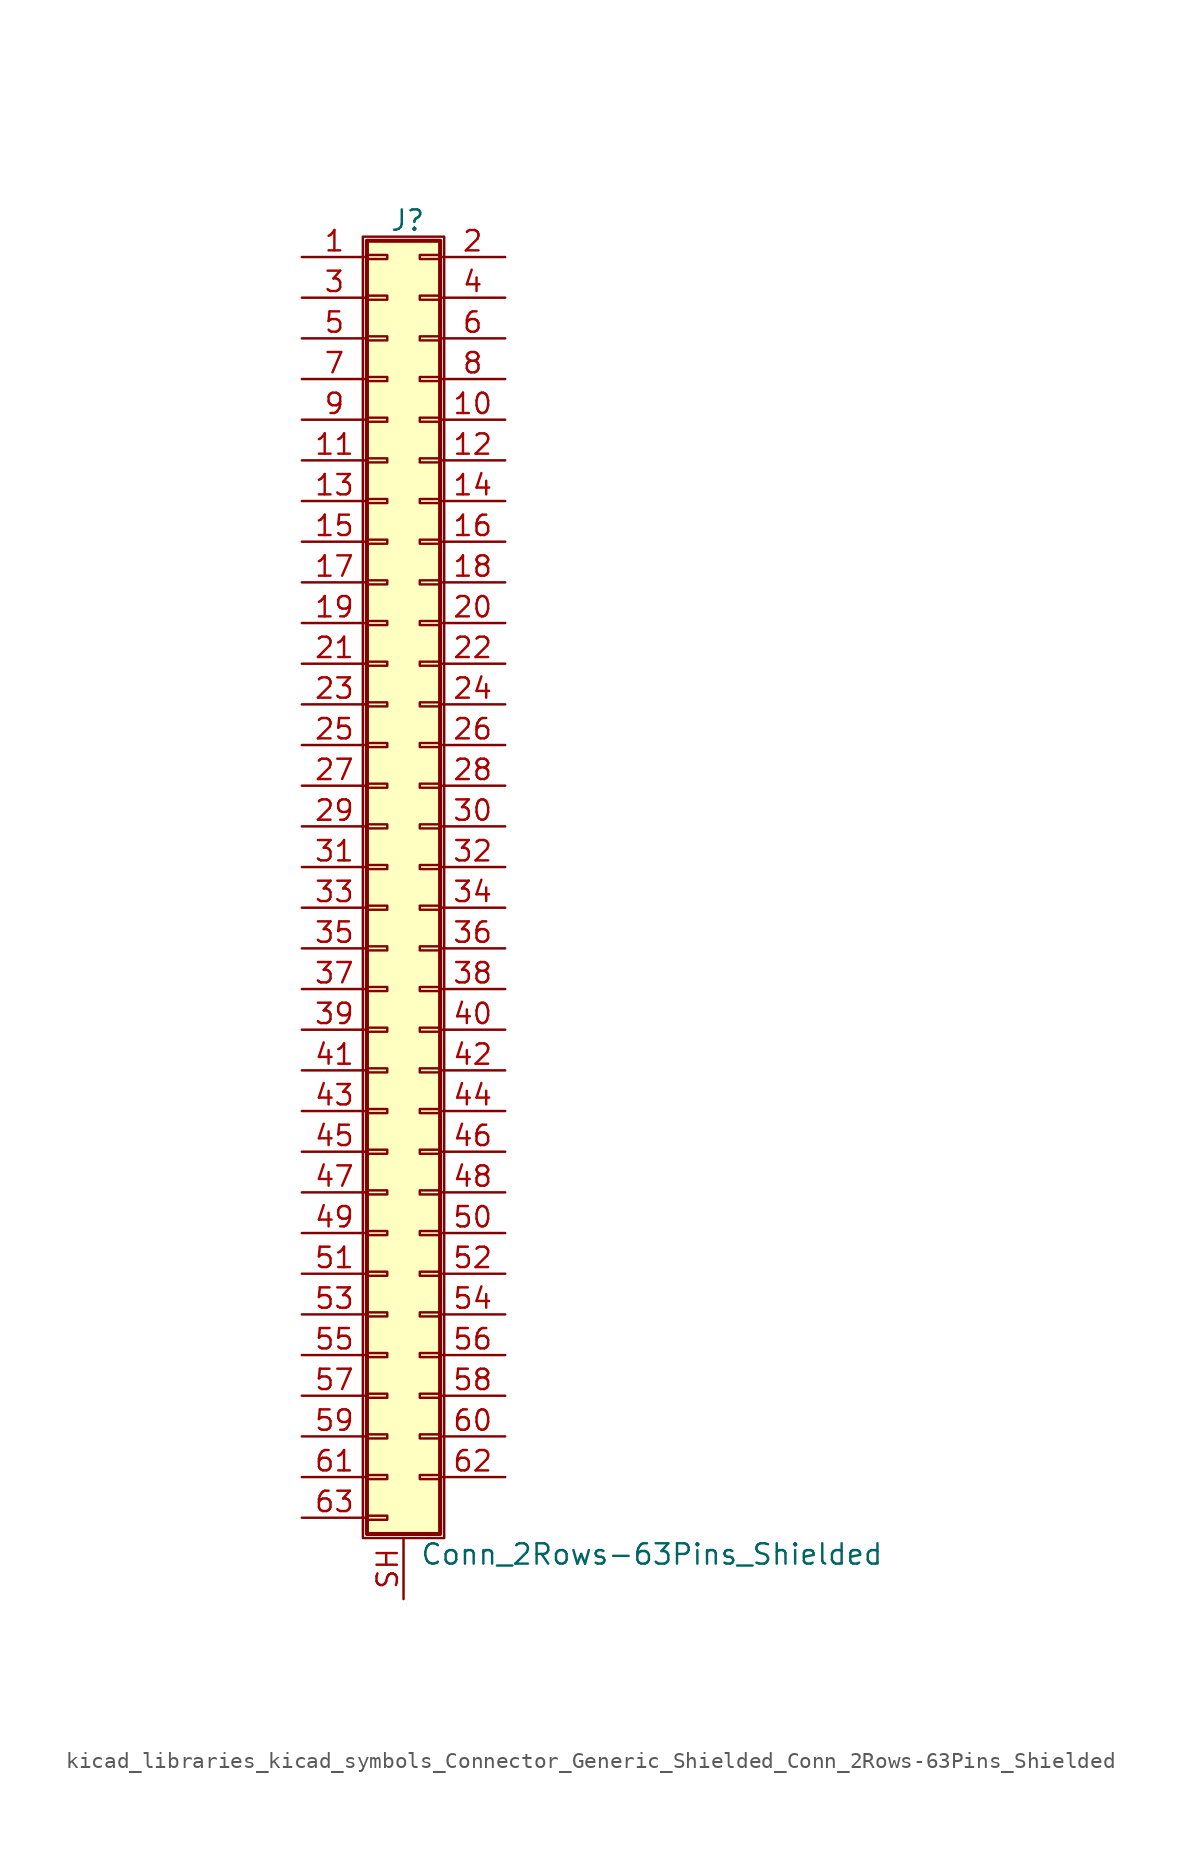
<source format=kicad_sym>
(kicad_symbol_lib
  (version 20220914)
  (generator kicad_symbol_editor)
  (symbol "kicad_libraries_kicad_symbols_Connector_Generic_Shielded_Conn_2Rows-63Pins_Shielded"
    (pin_names
      (offset 1.016) hide)
    (property "Reference" "J"
      (at 1.524 40.386 0)
      (effects (font (size 1.27 1.27))))
    (property "Value" "Conn_2Rows-63Pins_Shielded"
      (at 2.286 -42.926 0)
      (effects (font (size 1.27 1.27)) (justify left)))
    (symbol "kicad_libraries_kicad_symbols_Connector_Generic_Shielded_Conn_2Rows-63Pins_Shielded_1_1"
      (rectangle (start -1.27 39.37) (end 3.81 -41.91) (stroke (width 0.152) (type default)) (fill (type none)))
      (rectangle (start -1.016 -40.513) (end 0.254 -40.767) (stroke (width 0.152) (type default)) (fill (type none)))
      (rectangle (start -1.016 -37.973) (end 0.254 -38.227) (stroke (width 0.152) (type default)) (fill (type none)))
      (rectangle (start -1.016 -35.433) (end 0.254 -35.687) (stroke (width 0.152) (type default)) (fill (type none)))
      (rectangle (start -1.016 -32.893) (end 0.254 -33.147) (stroke (width 0.152) (type default)) (fill (type none)))
      (rectangle (start -1.016 -30.353) (end 0.254 -30.607) (stroke (width 0.152) (type default)) (fill (type none)))
      (rectangle (start -1.016 -27.813) (end 0.254 -28.067) (stroke (width 0.152) (type default)) (fill (type none)))
      (rectangle (start -1.016 -25.273) (end 0.254 -25.527) (stroke (width 0.152) (type default)) (fill (type none)))
      (rectangle (start -1.016 -22.733) (end 0.254 -22.987) (stroke (width 0.152) (type default)) (fill (type none)))
      (rectangle (start -1.016 -20.193) (end 0.254 -20.447) (stroke (width 0.152) (type default)) (fill (type none)))
      (rectangle (start -1.016 -17.653) (end 0.254 -17.907) (stroke (width 0.152) (type default)) (fill (type none)))
      (rectangle (start -1.016 -15.113) (end 0.254 -15.367) (stroke (width 0.152) (type default)) (fill (type none)))
      (rectangle (start -1.016 -12.573) (end 0.254 -12.827) (stroke (width 0.152) (type default)) (fill (type none)))
      (rectangle (start -1.016 -10.033) (end 0.254 -10.287) (stroke (width 0.152) (type default)) (fill (type none)))
      (rectangle (start -1.016 -7.493) (end 0.254 -7.747) (stroke (width 0.152) (type default)) (fill (type none)))
      (rectangle (start -1.016 -4.953) (end 0.254 -5.207) (stroke (width 0.152) (type default)) (fill (type none)))
      (rectangle (start -1.016 -2.413) (end 0.254 -2.667) (stroke (width 0.152) (type default)) (fill (type none)))
      (rectangle (start -1.016 0.127) (end 0.254 -0.127) (stroke (width 0.152) (type default)) (fill (type none)))
      (rectangle (start -1.016 2.667) (end 0.254 2.413) (stroke (width 0.152) (type default)) (fill (type none)))
      (rectangle (start -1.016 5.207) (end 0.254 4.953) (stroke (width 0.152) (type default)) (fill (type none)))
      (rectangle (start -1.016 7.747) (end 0.254 7.493) (stroke (width 0.152) (type default)) (fill (type none)))
      (rectangle (start -1.016 10.287) (end 0.254 10.033) (stroke (width 0.152) (type default)) (fill (type none)))
      (rectangle (start -1.016 12.827) (end 0.254 12.573) (stroke (width 0.152) (type default)) (fill (type none)))
      (rectangle (start -1.016 15.367) (end 0.254 15.113) (stroke (width 0.152) (type default)) (fill (type none)))
      (rectangle (start -1.016 17.907) (end 0.254 17.653) (stroke (width 0.152) (type default)) (fill (type none)))
      (rectangle (start -1.016 20.447) (end 0.254 20.193) (stroke (width 0.152) (type default)) (fill (type none)))
      (rectangle (start -1.016 22.987) (end 0.254 22.733) (stroke (width 0.152) (type default)) (fill (type none)))
      (rectangle (start -1.016 25.527) (end 0.254 25.273) (stroke (width 0.152) (type default)) (fill (type none)))
      (rectangle (start -1.016 28.067) (end 0.254 27.813) (stroke (width 0.152) (type default)) (fill (type none)))
      (rectangle (start -1.016 30.607) (end 0.254 30.353) (stroke (width 0.152) (type default)) (fill (type none)))
      (rectangle (start -1.016 33.147) (end 0.254 32.893) (stroke (width 0.152) (type default)) (fill (type none)))
      (rectangle (start -1.016 35.687) (end 0.254 35.433) (stroke (width 0.152) (type default)) (fill (type none)))
      (rectangle (start -1.016 38.227) (end 0.254 37.973) (stroke (width 0.152) (type default)) (fill (type none)))
      (rectangle (start -1.016 39.116) (end 3.556 -41.656) (stroke (width 0.254) (type default)) (fill (type background)))
      (rectangle (start 3.556 -37.973) (end 2.286 -38.227) (stroke (width 0.152) (type default)) (fill (type none)))
      (rectangle (start 3.556 -35.433) (end 2.286 -35.687) (stroke (width 0.152) (type default)) (fill (type none)))
      (rectangle (start 3.556 -32.893) (end 2.286 -33.147) (stroke (width 0.152) (type default)) (fill (type none)))
      (rectangle (start 3.556 -30.353) (end 2.286 -30.607) (stroke (width 0.152) (type default)) (fill (type none)))
      (rectangle (start 3.556 -27.813) (end 2.286 -28.067) (stroke (width 0.152) (type default)) (fill (type none)))
      (rectangle (start 3.556 -25.273) (end 2.286 -25.527) (stroke (width 0.152) (type default)) (fill (type none)))
      (rectangle (start 3.556 -22.733) (end 2.286 -22.987) (stroke (width 0.152) (type default)) (fill (type none)))
      (rectangle (start 3.556 -20.193) (end 2.286 -20.447) (stroke (width 0.152) (type default)) (fill (type none)))
      (rectangle (start 3.556 -17.653) (end 2.286 -17.907) (stroke (width 0.152) (type default)) (fill (type none)))
      (rectangle (start 3.556 -15.113) (end 2.286 -15.367) (stroke (width 0.152) (type default)) (fill (type none)))
      (rectangle (start 3.556 -12.573) (end 2.286 -12.827) (stroke (width 0.152) (type default)) (fill (type none)))
      (rectangle (start 3.556 -10.033) (end 2.286 -10.287) (stroke (width 0.152) (type default)) (fill (type none)))
      (rectangle (start 3.556 -7.493) (end 2.286 -7.747) (stroke (width 0.152) (type default)) (fill (type none)))
      (rectangle (start 3.556 -4.953) (end 2.286 -5.207) (stroke (width 0.152) (type default)) (fill (type none)))
      (rectangle (start 3.556 -2.413) (end 2.286 -2.667) (stroke (width 0.152) (type default)) (fill (type none)))
      (rectangle (start 3.556 0.127) (end 2.286 -0.127) (stroke (width 0.152) (type default)) (fill (type none)))
      (rectangle (start 3.556 2.667) (end 2.286 2.413) (stroke (width 0.152) (type default)) (fill (type none)))
      (rectangle (start 3.556 5.207) (end 2.286 4.953) (stroke (width 0.152) (type default)) (fill (type none)))
      (rectangle (start 3.556 7.747) (end 2.286 7.493) (stroke (width 0.152) (type default)) (fill (type none)))
      (rectangle (start 3.556 10.287) (end 2.286 10.033) (stroke (width 0.152) (type default)) (fill (type none)))
      (rectangle (start 3.556 12.827) (end 2.286 12.573) (stroke (width 0.152) (type default)) (fill (type none)))
      (rectangle (start 3.556 15.367) (end 2.286 15.113) (stroke (width 0.152) (type default)) (fill (type none)))
      (rectangle (start 3.556 17.907) (end 2.286 17.653) (stroke (width 0.152) (type default)) (fill (type none)))
      (rectangle (start 3.556 20.447) (end 2.286 20.193) (stroke (width 0.152) (type default)) (fill (type none)))
      (rectangle (start 3.556 22.987) (end 2.286 22.733) (stroke (width 0.152) (type default)) (fill (type none)))
      (rectangle (start 3.556 25.527) (end 2.286 25.273) (stroke (width 0.152) (type default)) (fill (type none)))
      (rectangle (start 3.556 28.067) (end 2.286 27.813) (stroke (width 0.152) (type default)) (fill (type none)))
      (rectangle (start 3.556 30.607) (end 2.286 30.353) (stroke (width 0.152) (type default)) (fill (type none)))
      (rectangle (start 3.556 33.147) (end 2.286 32.893) (stroke (width 0.152) (type default)) (fill (type none)))
      (rectangle (start 3.556 35.687) (end 2.286 35.433) (stroke (width 0.152) (type default)) (fill (type none)))
      (rectangle (start 3.556 38.227) (end 2.286 37.973) (stroke (width 0.152) (type default)) (fill (type none)))
      (pin passive line (at -5.08 38.1 0) (length 4.064) (name "Pin_1" (effects (font (size 1.27 1.27)))) (number "1" (effects (font (size 1.27 1.27)))))
      (pin passive line (at 7.62 27.94 180) (length 4.064) (name "Pin_10" (effects (font (size 1.27 1.27)))) (number "10" (effects (font (size 1.27 1.27)))))
      (pin passive line (at -5.08 25.4 0) (length 4.064) (name "Pin_11" (effects (font (size 1.27 1.27)))) (number "11" (effects (font (size 1.27 1.27)))))
      (pin passive line (at 7.62 25.4 180) (length 4.064) (name "Pin_12" (effects (font (size 1.27 1.27)))) (number "12" (effects (font (size 1.27 1.27)))))
      (pin passive line (at -5.08 22.86 0) (length 4.064) (name "Pin_13" (effects (font (size 1.27 1.27)))) (number "13" (effects (font (size 1.27 1.27)))))
      (pin passive line (at 7.62 22.86 180) (length 4.064) (name "Pin_14" (effects (font (size 1.27 1.27)))) (number "14" (effects (font (size 1.27 1.27)))))
      (pin passive line (at -5.08 20.32 0) (length 4.064) (name "Pin_15" (effects (font (size 1.27 1.27)))) (number "15" (effects (font (size 1.27 1.27)))))
      (pin passive line (at 7.62 20.32 180) (length 4.064) (name "Pin_16" (effects (font (size 1.27 1.27)))) (number "16" (effects (font (size 1.27 1.27)))))
      (pin passive line (at -5.08 17.78 0) (length 4.064) (name "Pin_17" (effects (font (size 1.27 1.27)))) (number "17" (effects (font (size 1.27 1.27)))))
      (pin passive line (at 7.62 17.78 180) (length 4.064) (name "Pin_18" (effects (font (size 1.27 1.27)))) (number "18" (effects (font (size 1.27 1.27)))))
      (pin passive line (at -5.08 15.24 0) (length 4.064) (name "Pin_19" (effects (font (size 1.27 1.27)))) (number "19" (effects (font (size 1.27 1.27)))))
      (pin passive line (at 7.62 38.1 180) (length 4.064) (name "Pin_2" (effects (font (size 1.27 1.27)))) (number "2" (effects (font (size 1.27 1.27)))))
      (pin passive line (at 7.62 15.24 180) (length 4.064) (name "Pin_20" (effects (font (size 1.27 1.27)))) (number "20" (effects (font (size 1.27 1.27)))))
      (pin passive line (at -5.08 12.7 0) (length 4.064) (name "Pin_21" (effects (font (size 1.27 1.27)))) (number "21" (effects (font (size 1.27 1.27)))))
      (pin passive line (at 7.62 12.7 180) (length 4.064) (name "Pin_22" (effects (font (size 1.27 1.27)))) (number "22" (effects (font (size 1.27 1.27)))))
      (pin passive line (at -5.08 10.16 0) (length 4.064) (name "Pin_23" (effects (font (size 1.27 1.27)))) (number "23" (effects (font (size 1.27 1.27)))))
      (pin passive line (at 7.62 10.16 180) (length 4.064) (name "Pin_24" (effects (font (size 1.27 1.27)))) (number "24" (effects (font (size 1.27 1.27)))))
      (pin passive line (at -5.08 7.62 0) (length 4.064) (name "Pin_25" (effects (font (size 1.27 1.27)))) (number "25" (effects (font (size 1.27 1.27)))))
      (pin passive line (at 7.62 7.62 180) (length 4.064) (name "Pin_26" (effects (font (size 1.27 1.27)))) (number "26" (effects (font (size 1.27 1.27)))))
      (pin passive line (at -5.08 5.08 0) (length 4.064) (name "Pin_27" (effects (font (size 1.27 1.27)))) (number "27" (effects (font (size 1.27 1.27)))))
      (pin passive line (at 7.62 5.08 180) (length 4.064) (name "Pin_28" (effects (font (size 1.27 1.27)))) (number "28" (effects (font (size 1.27 1.27)))))
      (pin passive line (at -5.08 2.54 0) (length 4.064) (name "Pin_29" (effects (font (size 1.27 1.27)))) (number "29" (effects (font (size 1.27 1.27)))))
      (pin passive line (at -5.08 35.56 0) (length 4.064) (name "Pin_3" (effects (font (size 1.27 1.27)))) (number "3" (effects (font (size 1.27 1.27)))))
      (pin passive line (at 7.62 2.54 180) (length 4.064) (name "Pin_30" (effects (font (size 1.27 1.27)))) (number "30" (effects (font (size 1.27 1.27)))))
      (pin passive line (at -5.08 0 0) (length 4.064) (name "Pin_31" (effects (font (size 1.27 1.27)))) (number "31" (effects (font (size 1.27 1.27)))))
      (pin passive line (at 7.62 0 180) (length 4.064) (name "Pin_32" (effects (font (size 1.27 1.27)))) (number "32" (effects (font (size 1.27 1.27)))))
      (pin passive line (at -5.08 -2.54 0) (length 4.064) (name "Pin_33" (effects (font (size 1.27 1.27)))) (number "33" (effects (font (size 1.27 1.27)))))
      (pin passive line (at 7.62 -2.54 180) (length 4.064) (name "Pin_34" (effects (font (size 1.27 1.27)))) (number "34" (effects (font (size 1.27 1.27)))))
      (pin passive line (at -5.08 -5.08 0) (length 4.064) (name "Pin_35" (effects (font (size 1.27 1.27)))) (number "35" (effects (font (size 1.27 1.27)))))
      (pin passive line (at 7.62 -5.08 180) (length 4.064) (name "Pin_36" (effects (font (size 1.27 1.27)))) (number "36" (effects (font (size 1.27 1.27)))))
      (pin passive line (at -5.08 -7.62 0) (length 4.064) (name "Pin_37" (effects (font (size 1.27 1.27)))) (number "37" (effects (font (size 1.27 1.27)))))
      (pin passive line (at 7.62 -7.62 180) (length 4.064) (name "Pin_38" (effects (font (size 1.27 1.27)))) (number "38" (effects (font (size 1.27 1.27)))))
      (pin passive line (at -5.08 -10.16 0) (length 4.064) (name "Pin_39" (effects (font (size 1.27 1.27)))) (number "39" (effects (font (size 1.27 1.27)))))
      (pin passive line (at 7.62 35.56 180) (length 4.064) (name "Pin_4" (effects (font (size 1.27 1.27)))) (number "4" (effects (font (size 1.27 1.27)))))
      (pin passive line (at 7.62 -10.16 180) (length 4.064) (name "Pin_40" (effects (font (size 1.27 1.27)))) (number "40" (effects (font (size 1.27 1.27)))))
      (pin passive line (at -5.08 -12.7 0) (length 4.064) (name "Pin_41" (effects (font (size 1.27 1.27)))) (number "41" (effects (font (size 1.27 1.27)))))
      (pin passive line (at 7.62 -12.7 180) (length 4.064) (name "Pin_42" (effects (font (size 1.27 1.27)))) (number "42" (effects (font (size 1.27 1.27)))))
      (pin passive line (at -5.08 -15.24 0) (length 4.064) (name "Pin_43" (effects (font (size 1.27 1.27)))) (number "43" (effects (font (size 1.27 1.27)))))
      (pin passive line (at 7.62 -15.24 180) (length 4.064) (name "Pin_44" (effects (font (size 1.27 1.27)))) (number "44" (effects (font (size 1.27 1.27)))))
      (pin passive line (at -5.08 -17.78 0) (length 4.064) (name "Pin_45" (effects (font (size 1.27 1.27)))) (number "45" (effects (font (size 1.27 1.27)))))
      (pin passive line (at 7.62 -17.78 180) (length 4.064) (name "Pin_46" (effects (font (size 1.27 1.27)))) (number "46" (effects (font (size 1.27 1.27)))))
      (pin passive line (at -5.08 -20.32 0) (length 4.064) (name "Pin_47" (effects (font (size 1.27 1.27)))) (number "47" (effects (font (size 1.27 1.27)))))
      (pin passive line (at 7.62 -20.32 180) (length 4.064) (name "Pin_48" (effects (font (size 1.27 1.27)))) (number "48" (effects (font (size 1.27 1.27)))))
      (pin passive line (at -5.08 -22.86 0) (length 4.064) (name "Pin_49" (effects (font (size 1.27 1.27)))) (number "49" (effects (font (size 1.27 1.27)))))
      (pin passive line (at -5.08 33.02 0) (length 4.064) (name "Pin_5" (effects (font (size 1.27 1.27)))) (number "5" (effects (font (size 1.27 1.27)))))
      (pin passive line (at 7.62 -22.86 180) (length 4.064) (name "Pin_50" (effects (font (size 1.27 1.27)))) (number "50" (effects (font (size 1.27 1.27)))))
      (pin passive line (at -5.08 -25.4 0) (length 4.064) (name "Pin_51" (effects (font (size 1.27 1.27)))) (number "51" (effects (font (size 1.27 1.27)))))
      (pin passive line (at 7.62 -25.4 180) (length 4.064) (name "Pin_52" (effects (font (size 1.27 1.27)))) (number "52" (effects (font (size 1.27 1.27)))))
      (pin passive line (at -5.08 -27.94 0) (length 4.064) (name "Pin_53" (effects (font (size 1.27 1.27)))) (number "53" (effects (font (size 1.27 1.27)))))
      (pin passive line (at 7.62 -27.94 180) (length 4.064) (name "Pin_54" (effects (font (size 1.27 1.27)))) (number "54" (effects (font (size 1.27 1.27)))))
      (pin passive line (at -5.08 -30.48 0) (length 4.064) (name "Pin_55" (effects (font (size 1.27 1.27)))) (number "55" (effects (font (size 1.27 1.27)))))
      (pin passive line (at 7.62 -30.48 180) (length 4.064) (name "Pin_56" (effects (font (size 1.27 1.27)))) (number "56" (effects (font (size 1.27 1.27)))))
      (pin passive line (at -5.08 -33.02 0) (length 4.064) (name "Pin_57" (effects (font (size 1.27 1.27)))) (number "57" (effects (font (size 1.27 1.27)))))
      (pin passive line (at 7.62 -33.02 180) (length 4.064) (name "Pin_58" (effects (font (size 1.27 1.27)))) (number "58" (effects (font (size 1.27 1.27)))))
      (pin passive line (at -5.08 -35.56 0) (length 4.064) (name "Pin_59" (effects (font (size 1.27 1.27)))) (number "59" (effects (font (size 1.27 1.27)))))
      (pin passive line (at 7.62 33.02 180) (length 4.064) (name "Pin_6" (effects (font (size 1.27 1.27)))) (number "6" (effects (font (size 1.27 1.27)))))
      (pin passive line (at 7.62 -35.56 180) (length 4.064) (name "Pin_60" (effects (font (size 1.27 1.27)))) (number "60" (effects (font (size 1.27 1.27)))))
      (pin passive line (at -5.08 -38.1 0) (length 4.064) (name "Pin_61" (effects (font (size 1.27 1.27)))) (number "61" (effects (font (size 1.27 1.27)))))
      (pin passive line (at 7.62 -38.1 180) (length 4.064) (name "Pin_62" (effects (font (size 1.27 1.27)))) (number "62" (effects (font (size 1.27 1.27)))))
      (pin passive line (at -5.08 -40.64 0) (length 4.064) (name "Pin_63" (effects (font (size 1.27 1.27)))) (number "63" (effects (font (size 1.27 1.27)))))
      (pin passive line (at -5.08 30.48 0) (length 4.064) (name "Pin_7" (effects (font (size 1.27 1.27)))) (number "7" (effects (font (size 1.27 1.27)))))
      (pin passive line (at 7.62 30.48 180) (length 4.064) (name "Pin_8" (effects (font (size 1.27 1.27)))) (number "8" (effects (font (size 1.27 1.27)))))
      (pin passive line (at -5.08 27.94 0) (length 4.064) (name "Pin_9" (effects (font (size 1.27 1.27)))) (number "9" (effects (font (size 1.27 1.27)))))
      (pin passive line (at 1.27 -45.72 90) (length 3.81) (name "Shield" (effects (font (size 1.27 1.27)))) (number "SH" (effects (font (size 1.27 1.27))))))))
</source>
